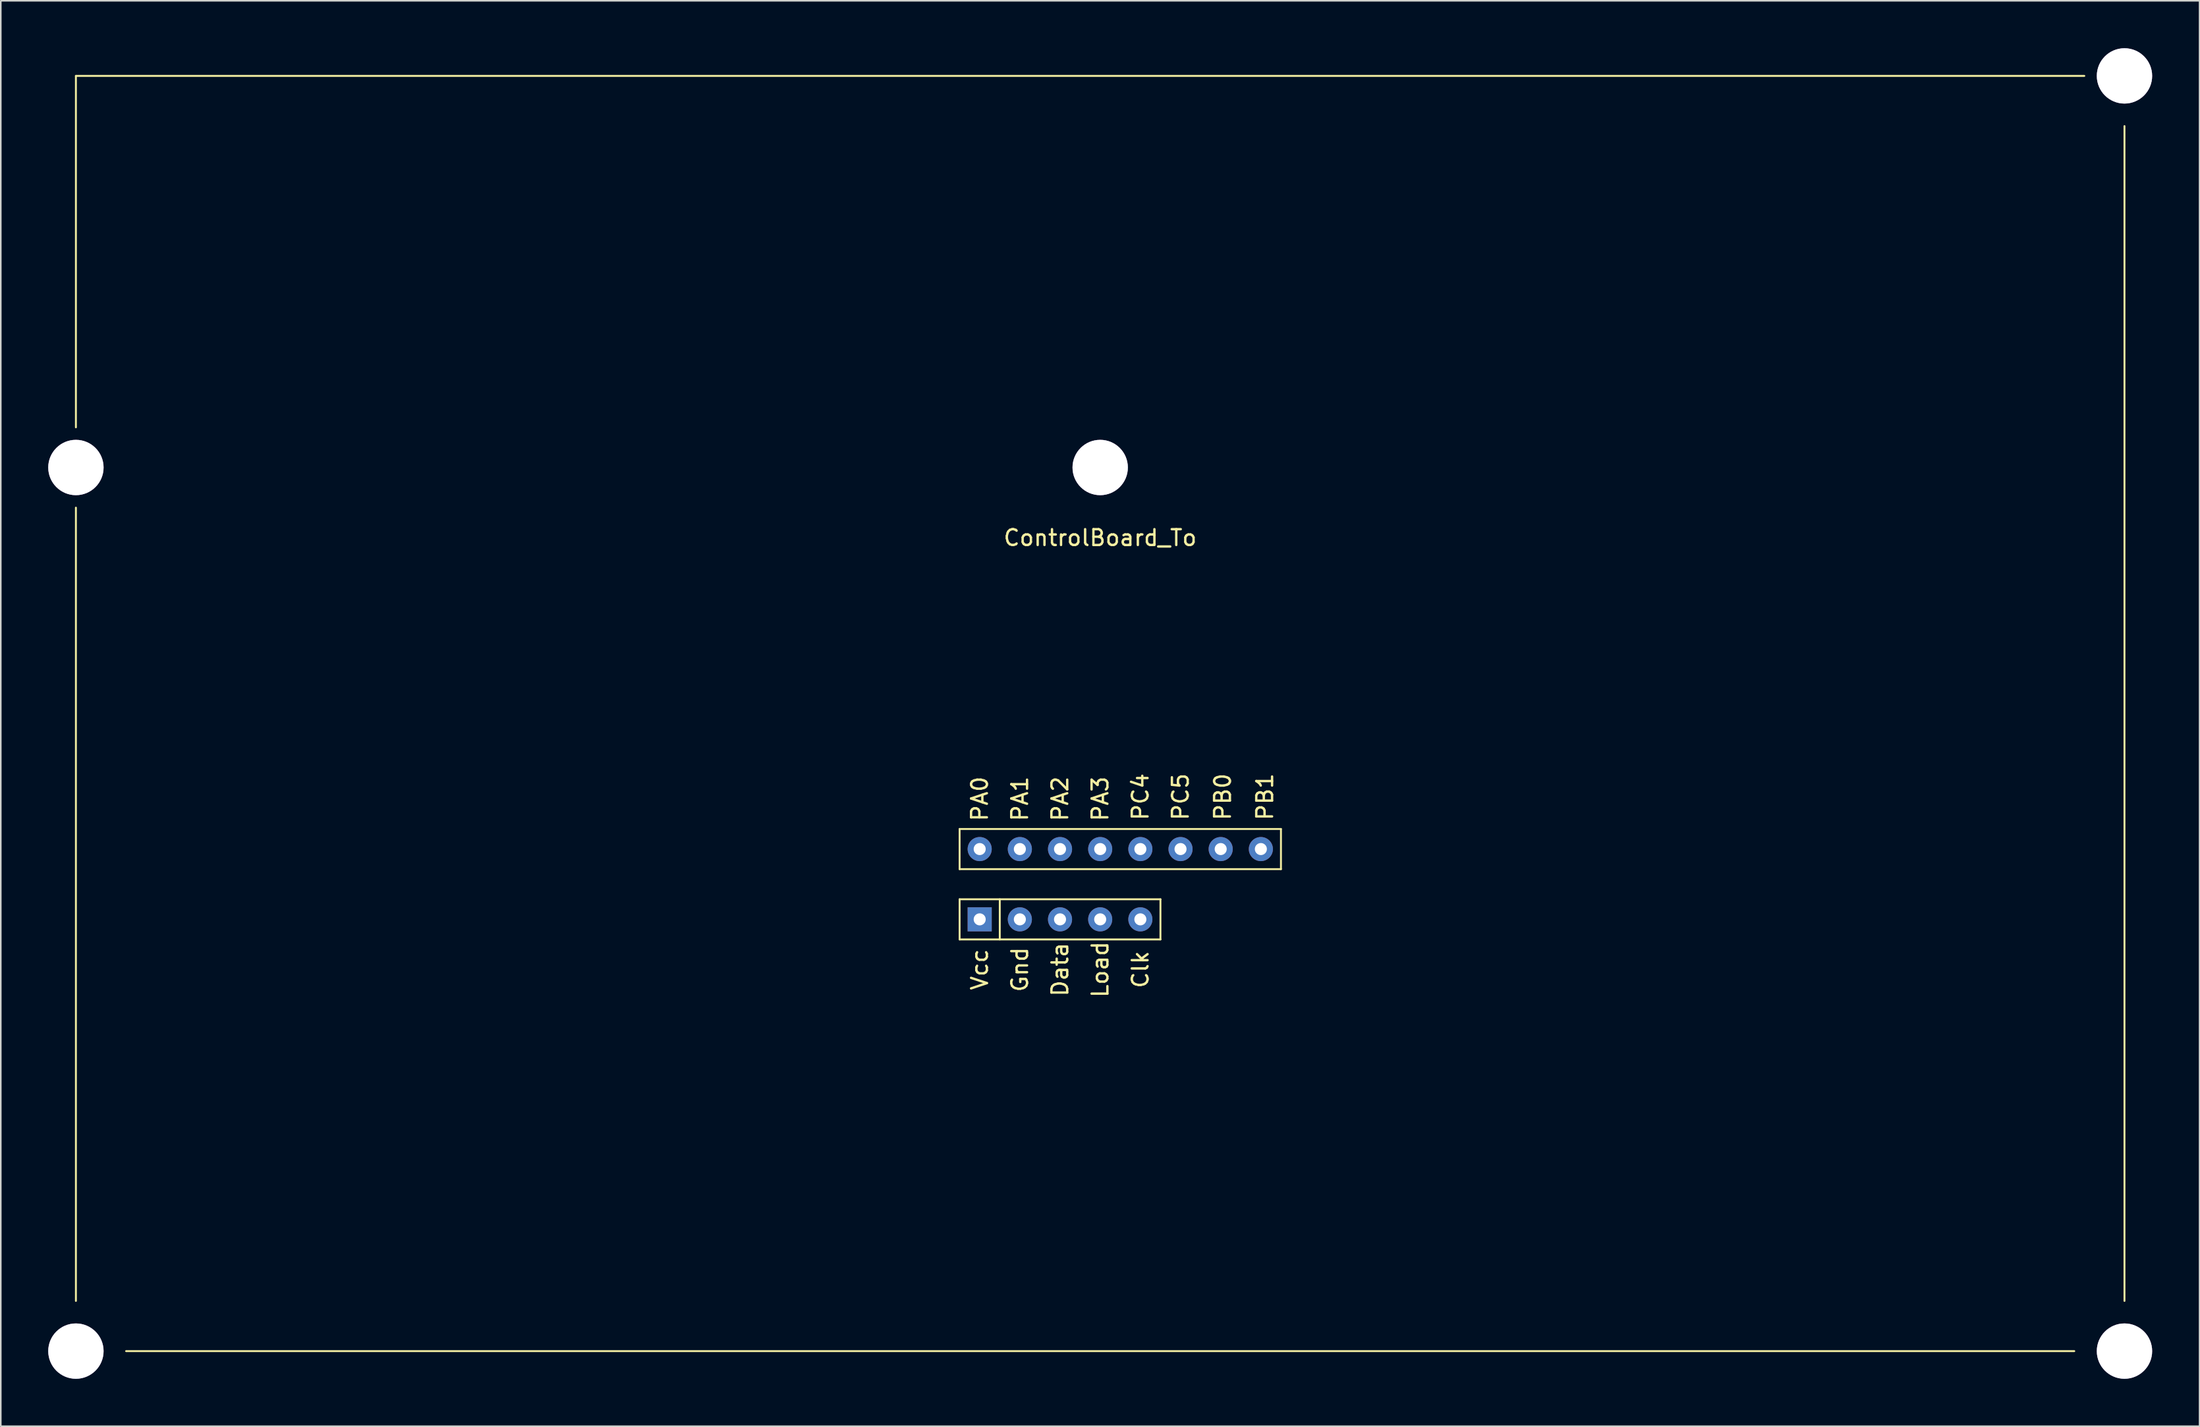
<source format=kicad_pcb>
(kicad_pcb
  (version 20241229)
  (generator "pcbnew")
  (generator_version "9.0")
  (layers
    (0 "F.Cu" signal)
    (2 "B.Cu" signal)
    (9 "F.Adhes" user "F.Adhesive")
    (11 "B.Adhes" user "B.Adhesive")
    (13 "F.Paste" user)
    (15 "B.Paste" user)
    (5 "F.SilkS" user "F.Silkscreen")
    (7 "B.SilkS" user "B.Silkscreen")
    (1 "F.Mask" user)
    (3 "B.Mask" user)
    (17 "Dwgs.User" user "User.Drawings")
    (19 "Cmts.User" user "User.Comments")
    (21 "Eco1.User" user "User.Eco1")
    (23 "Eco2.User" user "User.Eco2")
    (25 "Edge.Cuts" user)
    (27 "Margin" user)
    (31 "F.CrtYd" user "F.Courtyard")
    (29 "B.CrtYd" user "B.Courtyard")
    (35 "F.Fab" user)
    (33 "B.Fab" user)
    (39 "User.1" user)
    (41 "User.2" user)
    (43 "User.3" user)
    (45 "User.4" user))
  (footprint "ControlBoard_To"
    (layer "F.Cu")
    (at 66.52 27.15)
    (property "Reference" "ControlBoard_To" (at 0 3.81 0) (layer "F.SilkS") (effects (font (size 1 1) (thickness 0.15))))
    (attr through_hole)
    (fp_line (start -64.77 -25.4) (end -64.77 -3.175) (stroke (width 0.12) (type solid)) (layer "F.SilkS"))
    (fp_line (start -64.77 52.07) (end -64.77 1.905) (stroke (width 0.12) (type solid)) (layer "F.SilkS"))
    (fp_line (start -61.595 55.245) (end 61.595 55.245) (stroke (width 0.12) (type solid)) (layer "F.SilkS"))
    (fp_line (start -8.89 22.225) (end 11.43 22.225) (stroke (width 0.12) (type solid)) (layer "F.SilkS"))
    (fp_line (start -8.89 24.765) (end -8.89 22.225) (stroke (width 0.12) (type solid)) (layer "F.SilkS"))
    (fp_line (start -8.89 26.67) (end 3.81 26.67) (stroke (width 0.12) (type solid)) (layer "F.SilkS"))
    (fp_line (start -8.89 29.21) (end -8.89 26.67) (stroke (width 0.12) (type solid)) (layer "F.SilkS"))
    (fp_line (start -6.35 26.67) (end -6.35 29.21) (stroke (width 0.12) (type solid)) (layer "F.SilkS"))
    (fp_line (start 3.81 26.67) (end 3.81 29.21) (stroke (width 0.12) (type solid)) (layer "F.SilkS"))
    (fp_line (start 3.81 29.21) (end -8.89 29.21) (stroke (width 0.12) (type solid)) (layer "F.SilkS"))
    (fp_line (start 11.43 22.225) (end 11.43 24.765) (stroke (width 0.12) (type solid)) (layer "F.SilkS"))
    (fp_line (start 11.43 24.765) (end -8.89 24.765) (stroke (width 0.12) (type solid)) (layer "F.SilkS"))
    (fp_line (start 62.23 -25.4) (end -64.77 -25.4) (stroke (width 0.12) (type solid)) (layer "F.SilkS"))
    (fp_line (start 64.77 52.07) (end 64.77 -22.225) (stroke (width 0.12) (type solid)) (layer "F.SilkS"))
    (fp_text user "Data" (at -2.54 31.115 90) (layer "F.SilkS") (effects (font (size 1 1) (thickness 0.15))))
    (fp_text user "Gnd" (at -5.08 31.115 90) (layer "F.SilkS") (effects (font (size 1 1) (thickness 0.15))))
    (fp_text user "PC5" (at 5.08 20.193 90) (layer "F.SilkS") (effects (font (size 1 1) (thickness 0.15))))
    (fp_text user "Vcc" (at -7.62 31.115 90) (layer "F.SilkS") (effects (font (size 1 1) (thickness 0.15))))
    (fp_text user "PA0" (at -7.62 20.32 90) (layer "F.SilkS") (effects (font (size 1 1) (thickness 0.15))))
    (fp_text user "PA2" (at -2.54 20.32 90) (layer "F.SilkS") (effects (font (size 1 1) (thickness 0.15))))
    (fp_text user "PC4" (at 2.54 20.193 90) (layer "F.SilkS") (effects (font (size 1 1) (thickness 0.15))))
    (fp_text user "PB0" (at 7.747 20.193 90) (layer "F.SilkS") (effects (font (size 1 1) (thickness 0.15))))
    (fp_text user "PB1" (at 10.414 20.193 90) (layer "F.SilkS") (effects (font (size 1 1) (thickness 0.15))))
    (fp_text user "Load" (at 0 31.115 90) (layer "F.SilkS") (effects (font (size 1 1) (thickness 0.15))))
    (fp_text user "PA3" (at 0 20.32 90) (layer "F.SilkS") (effects (font (size 1 1) (thickness 0.15))))
    (fp_text user "Clk" (at 2.54 31.115 90) (layer "F.SilkS") (effects (font (size 1 1) (thickness 0.15))))
    (fp_text user "PA1" (at -5.08 20.32 90) (layer "F.SilkS") (effects (font (size 1 1) (thickness 0.15))))
    (pad "" thru_hole circle (at -64.77 -0.635) (size 3.5 3.5) (drill 3.5) (layers "*.Cu" "*.Mask"))
    (pad "" thru_hole circle (at -64.77 55.245) (size 3.5 3.5) (drill 3.5) (layers "*.Cu" "*.Mask"))
    (pad "" thru_hole circle (at 0 -0.635) (size 3.5 3.5) (drill 3.5) (layers "*.Cu" "*.Mask"))
    (pad "" thru_hole circle (at 64.77 -25.4) (size 3.5 3.5) (drill 3.5) (layers "*.Cu" "*.Mask"))
    (pad "" thru_hole circle (at 64.77 55.245) (size 3.5 3.5) (drill 3.5) (layers "*.Cu" "*.Mask"))
    (pad "1" thru_hole rect (at -7.62 27.94) (size 1.524 1.524) (drill 0.762) (layers "*.Cu" "*.Mask"))
    (pad "2" thru_hole circle (at -5.08 27.94) (size 1.524 1.524) (drill 0.762) (layers "*.Cu" "*.Mask"))
    (pad "3" thru_hole circle (at -2.54 27.94) (size 1.524 1.524) (drill 0.762) (layers "*.Cu" "*.Mask"))
    (pad "4" thru_hole circle (at 0 27.94) (size 1.524 1.524) (drill 0.762) (layers "*.Cu" "*.Mask"))
    (pad "5" thru_hole circle (at 2.54 27.94) (size 1.524 1.524) (drill 0.762) (layers "*.Cu" "*.Mask"))
    (pad "6" thru_hole circle (at -7.62 23.495) (size 1.524 1.524) (drill 0.762) (layers "*.Cu" "*.Mask"))
    (pad "7" thru_hole circle (at -5.08 23.495) (size 1.524 1.524) (drill 0.762) (layers "*.Cu" "*.Mask"))
    (pad "8" thru_hole circle (at -2.54 23.495) (size 1.524 1.524) (drill 0.762) (layers "*.Cu" "*.Mask"))
    (pad "9" thru_hole circle (at 0 23.495) (size 1.524 1.524) (drill 0.762) (layers "*.Cu" "*.Mask"))
    (pad "10" thru_hole circle (at 2.54 23.495) (size 1.524 1.524) (drill 0.762) (layers "*.Cu" "*.Mask"))
    (pad "11" thru_hole circle (at 5.08 23.495) (size 1.524 1.524) (drill 0.762) (layers "*.Cu" "*.Mask"))
    (pad "12" thru_hole circle (at 7.62 23.495) (size 1.524 1.524) (drill 0.762) (layers "*.Cu" "*.Mask"))
    (pad "13" thru_hole circle (at 10.16 23.495) (size 1.524 1.524) (drill 0.762) (layers "*.Cu" "*.Mask")))
  (gr_rect
    (start -3 -3)
    (end 136.04 87.145)
    (stroke (width 0.1) (type default))
    (fill no)
    (layer "Edge.Cuts")))
</source>
